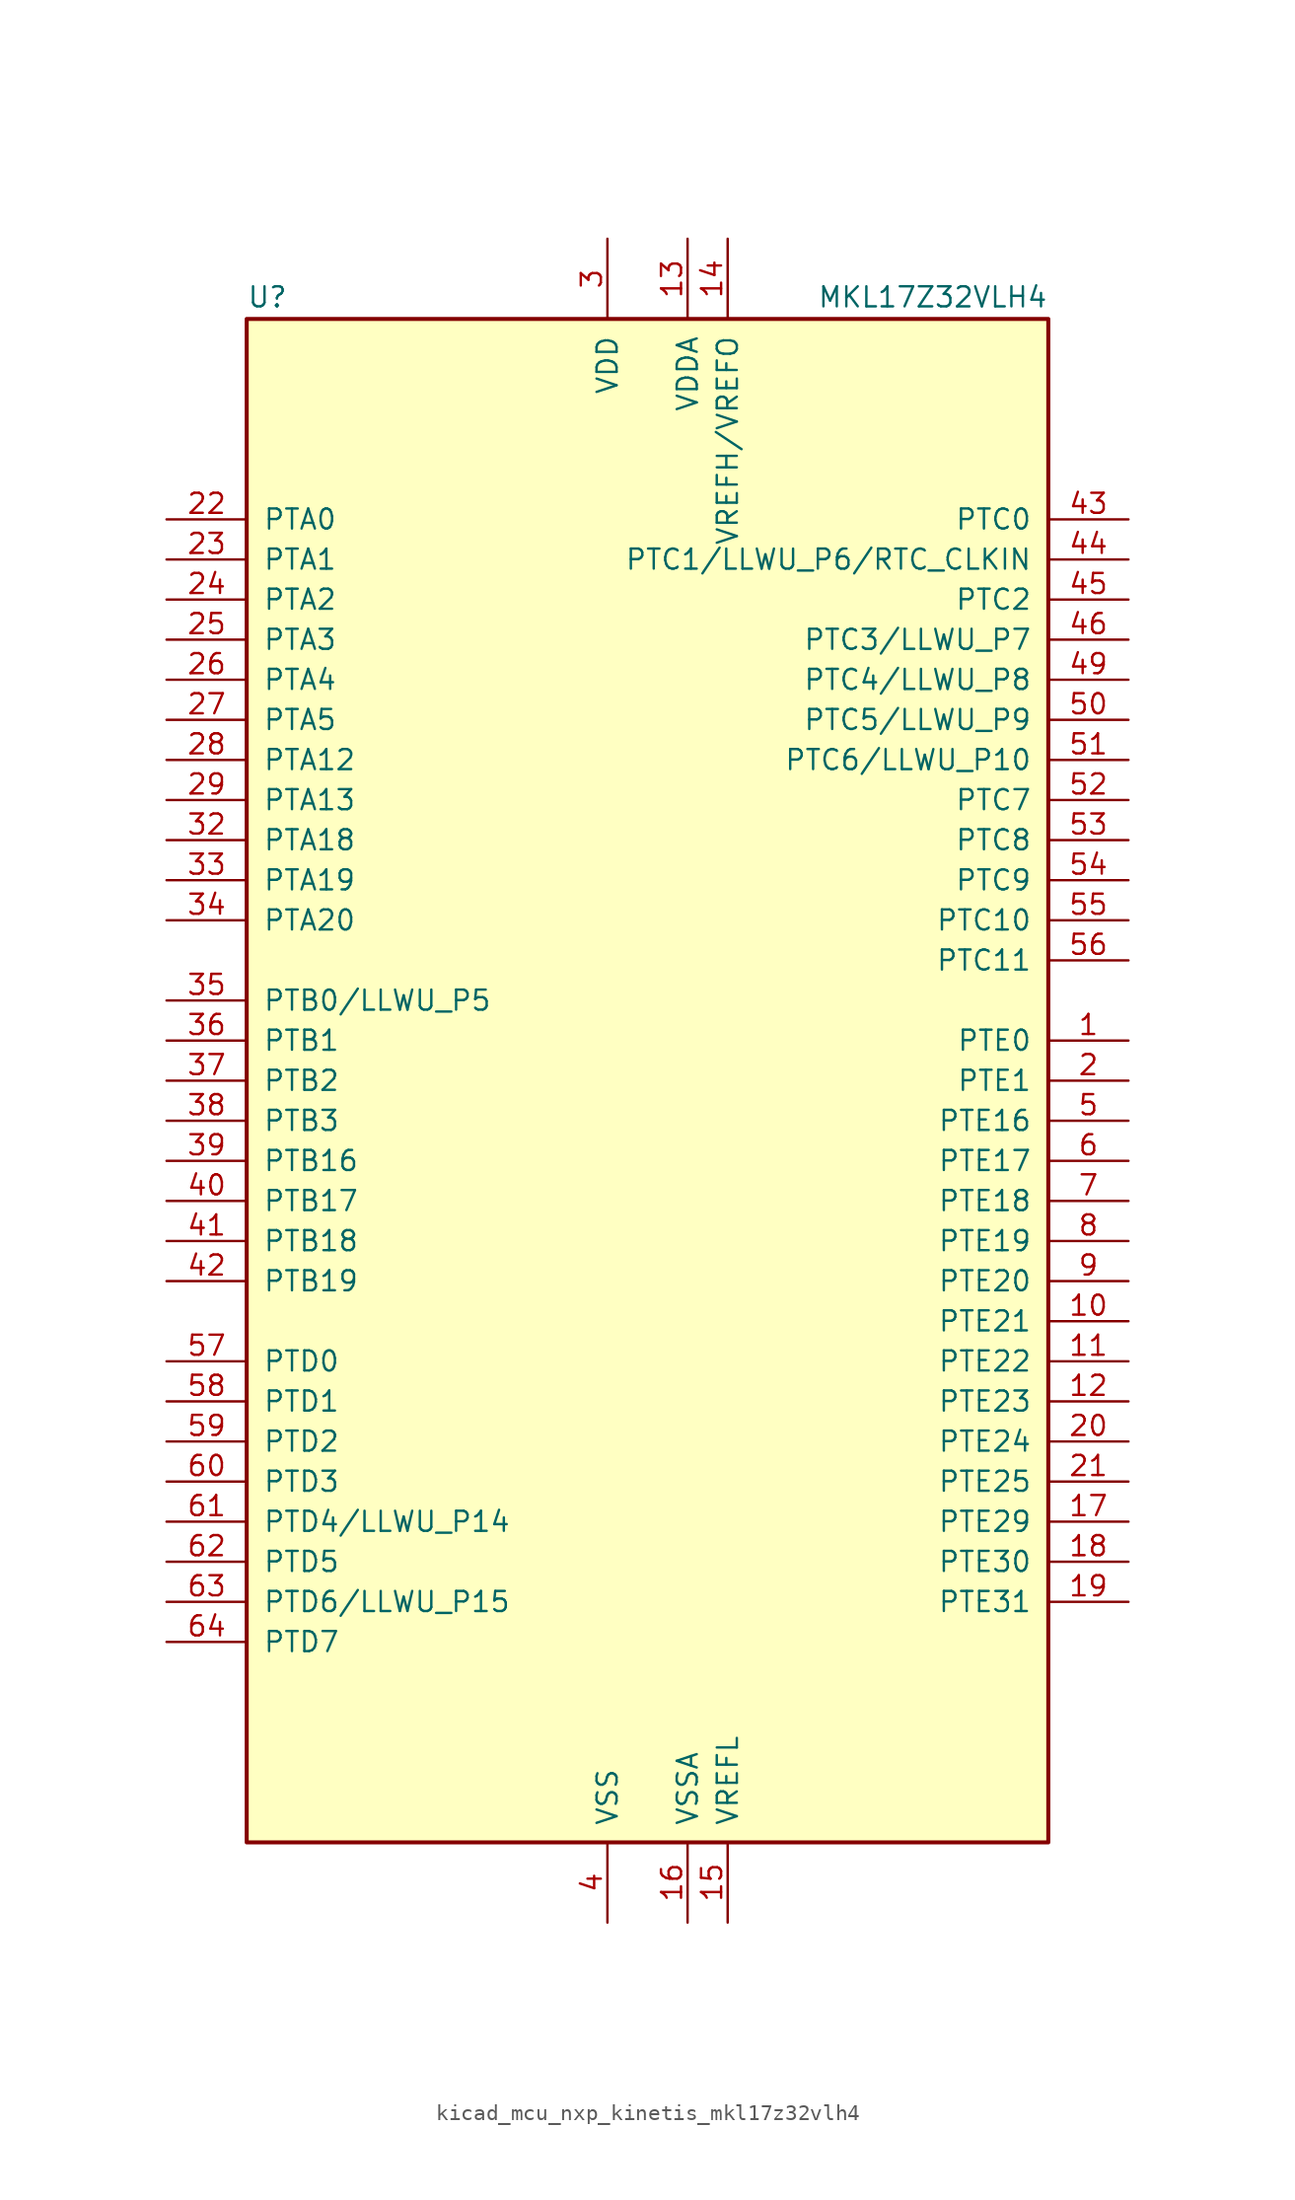
<source format=kicad_sym>
(kicad_symbol_lib
  (version 20220914)
  (generator kicad_symbol_editor)
  (symbol "kicad_mcu_nxp_kinetis_mkl17z32vlh4"
    (pin_names
      (offset 1.016))
    (property "Reference" "U"
      (at -25.4 48.895 0)
      (effects (font (size 1.27 1.27)) (justify left bottom)))
    (property "Value" "MKL17Z32VLH4"
      (at 25.4 48.895 0)
      (effects (font (size 1.27 1.27)) (justify right bottom)))
    (symbol "kicad_mcu_nxp_kinetis_mkl17z32vlh4_0_1"
      (rectangle (start -25.4 48.26) (end 25.4 -48.26) (stroke (width 0.254) (type default)) (fill (type background))))
    (symbol "kicad_mcu_nxp_kinetis_mkl17z32vlh4_1_1"
      (pin bidirectional line (at 30.48 2.54 180) (length 5.08) (name "PTE0" (effects (font (size 1.27 1.27)))) (number "1" (effects (font (size 1.27 1.27)))))
      (pin bidirectional line (at 30.48 -15.24 180) (length 5.08) (name "PTE21" (effects (font (size 1.27 1.27)))) (number "10" (effects (font (size 1.27 1.27)))))
      (pin bidirectional line (at 30.48 -17.78 180) (length 5.08) (name "PTE22" (effects (font (size 1.27 1.27)))) (number "11" (effects (font (size 1.27 1.27)))))
      (pin bidirectional line (at 30.48 -20.32 180) (length 5.08) (name "PTE23" (effects (font (size 1.27 1.27)))) (number "12" (effects (font (size 1.27 1.27)))))
      (pin power_in line (at 2.54 53.34 270) (length 5.08) (name "VDDA" (effects (font (size 1.27 1.27)))) (number "13" (effects (font (size 1.27 1.27)))))
      (pin power_in line (at 5.08 53.34 270) (length 5.08) (name "VREFH/VREFO" (effects (font (size 1.27 1.27)))) (number "14" (effects (font (size 1.27 1.27)))))
      (pin power_in line (at 5.08 -53.34 90) (length 5.08) (name "VREFL" (effects (font (size 1.27 1.27)))) (number "15" (effects (font (size 1.27 1.27)))))
      (pin power_in line (at 2.54 -53.34 90) (length 5.08) (name "VSSA" (effects (font (size 1.27 1.27)))) (number "16" (effects (font (size 1.27 1.27)))))
      (pin bidirectional line (at 30.48 -27.94 180) (length 5.08) (name "PTE29" (effects (font (size 1.27 1.27)))) (number "17" (effects (font (size 1.27 1.27)))))
      (pin bidirectional line (at 30.48 -30.48 180) (length 5.08) (name "PTE30" (effects (font (size 1.27 1.27)))) (number "18" (effects (font (size 1.27 1.27)))))
      (pin bidirectional line (at 30.48 -33.02 180) (length 5.08) (name "PTE31" (effects (font (size 1.27 1.27)))) (number "19" (effects (font (size 1.27 1.27)))))
      (pin bidirectional line (at 30.48 0 180) (length 5.08) (name "PTE1" (effects (font (size 1.27 1.27)))) (number "2" (effects (font (size 1.27 1.27)))))
      (pin bidirectional line (at 30.48 -22.86 180) (length 5.08) (name "PTE24" (effects (font (size 1.27 1.27)))) (number "20" (effects (font (size 1.27 1.27)))))
      (pin bidirectional line (at 30.48 -25.4 180) (length 5.08) (name "PTE25" (effects (font (size 1.27 1.27)))) (number "21" (effects (font (size 1.27 1.27)))))
      (pin bidirectional line (at -30.48 35.56 0) (length 5.08) (name "PTA0" (effects (font (size 1.27 1.27)))) (number "22" (effects (font (size 1.27 1.27)))))
      (pin bidirectional line (at -30.48 33.02 0) (length 5.08) (name "PTA1" (effects (font (size 1.27 1.27)))) (number "23" (effects (font (size 1.27 1.27)))))
      (pin bidirectional line (at -30.48 30.48 0) (length 5.08) (name "PTA2" (effects (font (size 1.27 1.27)))) (number "24" (effects (font (size 1.27 1.27)))))
      (pin bidirectional line (at -30.48 27.94 0) (length 5.08) (name "PTA3" (effects (font (size 1.27 1.27)))) (number "25" (effects (font (size 1.27 1.27)))))
      (pin bidirectional line (at -30.48 25.4 0) (length 5.08) (name "PTA4" (effects (font (size 1.27 1.27)))) (number "26" (effects (font (size 1.27 1.27)))))
      (pin bidirectional line (at -30.48 22.86 0) (length 5.08) (name "PTA5" (effects (font (size 1.27 1.27)))) (number "27" (effects (font (size 1.27 1.27)))))
      (pin bidirectional line (at -30.48 20.32 0) (length 5.08) (name "PTA12" (effects (font (size 1.27 1.27)))) (number "28" (effects (font (size 1.27 1.27)))))
      (pin bidirectional line (at -30.48 17.78 0) (length 5.08) (name "PTA13" (effects (font (size 1.27 1.27)))) (number "29" (effects (font (size 1.27 1.27)))))
      (pin power_in line (at -2.54 53.34 270) (length 5.08) (name "VDD" (effects (font (size 1.27 1.27)))) (number "3" (effects (font (size 1.27 1.27)))))
      (pin passive line (at -2.54 53.34 270) (length 5.08) hide (name "VDD" (effects (font (size 1.27 1.27)))) (number "30" (effects (font (size 1.27 1.27)))))
      (pin passive line (at -2.54 -53.34 90) (length 5.08) hide (name "VSS" (effects (font (size 1.27 1.27)))) (number "31" (effects (font (size 1.27 1.27)))))
      (pin bidirectional line (at -30.48 15.24 0) (length 5.08) (name "PTA18" (effects (font (size 1.27 1.27)))) (number "32" (effects (font (size 1.27 1.27)))))
      (pin bidirectional line (at -30.48 12.7 0) (length 5.08) (name "PTA19" (effects (font (size 1.27 1.27)))) (number "33" (effects (font (size 1.27 1.27)))))
      (pin bidirectional line (at -30.48 10.16 0) (length 5.08) (name "PTA20" (effects (font (size 1.27 1.27)))) (number "34" (effects (font (size 1.27 1.27)))))
      (pin bidirectional line (at -30.48 5.08 0) (length 5.08) (name "PTB0/LLWU_P5" (effects (font (size 1.27 1.27)))) (number "35" (effects (font (size 1.27 1.27)))))
      (pin bidirectional line (at -30.48 2.54 0) (length 5.08) (name "PTB1" (effects (font (size 1.27 1.27)))) (number "36" (effects (font (size 1.27 1.27)))))
      (pin bidirectional line (at -30.48 0 0) (length 5.08) (name "PTB2" (effects (font (size 1.27 1.27)))) (number "37" (effects (font (size 1.27 1.27)))))
      (pin bidirectional line (at -30.48 -2.54 0) (length 5.08) (name "PTB3" (effects (font (size 1.27 1.27)))) (number "38" (effects (font (size 1.27 1.27)))))
      (pin bidirectional line (at -30.48 -5.08 0) (length 5.08) (name "PTB16" (effects (font (size 1.27 1.27)))) (number "39" (effects (font (size 1.27 1.27)))))
      (pin power_in line (at -2.54 -53.34 90) (length 5.08) (name "VSS" (effects (font (size 1.27 1.27)))) (number "4" (effects (font (size 1.27 1.27)))))
      (pin bidirectional line (at -30.48 -7.62 0) (length 5.08) (name "PTB17" (effects (font (size 1.27 1.27)))) (number "40" (effects (font (size 1.27 1.27)))))
      (pin bidirectional line (at -30.48 -10.16 0) (length 5.08) (name "PTB18" (effects (font (size 1.27 1.27)))) (number "41" (effects (font (size 1.27 1.27)))))
      (pin bidirectional line (at -30.48 -12.7 0) (length 5.08) (name "PTB19" (effects (font (size 1.27 1.27)))) (number "42" (effects (font (size 1.27 1.27)))))
      (pin bidirectional line (at 30.48 35.56 180) (length 5.08) (name "PTC0" (effects (font (size 1.27 1.27)))) (number "43" (effects (font (size 1.27 1.27)))))
      (pin bidirectional line (at 30.48 33.02 180) (length 5.08) (name "PTC1/LLWU_P6/RTC_CLKIN" (effects (font (size 1.27 1.27)))) (number "44" (effects (font (size 1.27 1.27)))))
      (pin bidirectional line (at 30.48 30.48 180) (length 5.08) (name "PTC2" (effects (font (size 1.27 1.27)))) (number "45" (effects (font (size 1.27 1.27)))))
      (pin bidirectional line (at 30.48 27.94 180) (length 5.08) (name "PTC3/LLWU_P7" (effects (font (size 1.27 1.27)))) (number "46" (effects (font (size 1.27 1.27)))))
      (pin passive line (at -2.54 -53.34 90) (length 5.08) hide (name "VSS" (effects (font (size 1.27 1.27)))) (number "47" (effects (font (size 1.27 1.27)))))
      (pin passive line (at -2.54 53.34 270) (length 5.08) hide (name "VDD" (effects (font (size 1.27 1.27)))) (number "48" (effects (font (size 1.27 1.27)))))
      (pin bidirectional line (at 30.48 25.4 180) (length 5.08) (name "PTC4/LLWU_P8" (effects (font (size 1.27 1.27)))) (number "49" (effects (font (size 1.27 1.27)))))
      (pin bidirectional line (at 30.48 -2.54 180) (length 5.08) (name "PTE16" (effects (font (size 1.27 1.27)))) (number "5" (effects (font (size 1.27 1.27)))))
      (pin bidirectional line (at 30.48 22.86 180) (length 5.08) (name "PTC5/LLWU_P9" (effects (font (size 1.27 1.27)))) (number "50" (effects (font (size 1.27 1.27)))))
      (pin bidirectional line (at 30.48 20.32 180) (length 5.08) (name "PTC6/LLWU_P10" (effects (font (size 1.27 1.27)))) (number "51" (effects (font (size 1.27 1.27)))))
      (pin bidirectional line (at 30.48 17.78 180) (length 5.08) (name "PTC7" (effects (font (size 1.27 1.27)))) (number "52" (effects (font (size 1.27 1.27)))))
      (pin bidirectional line (at 30.48 15.24 180) (length 5.08) (name "PTC8" (effects (font (size 1.27 1.27)))) (number "53" (effects (font (size 1.27 1.27)))))
      (pin bidirectional line (at 30.48 12.7 180) (length 5.08) (name "PTC9" (effects (font (size 1.27 1.27)))) (number "54" (effects (font (size 1.27 1.27)))))
      (pin bidirectional line (at 30.48 10.16 180) (length 5.08) (name "PTC10" (effects (font (size 1.27 1.27)))) (number "55" (effects (font (size 1.27 1.27)))))
      (pin bidirectional line (at 30.48 7.62 180) (length 5.08) (name "PTC11" (effects (font (size 1.27 1.27)))) (number "56" (effects (font (size 1.27 1.27)))))
      (pin bidirectional line (at -30.48 -17.78 0) (length 5.08) (name "PTD0" (effects (font (size 1.27 1.27)))) (number "57" (effects (font (size 1.27 1.27)))))
      (pin bidirectional line (at -30.48 -20.32 0) (length 5.08) (name "PTD1" (effects (font (size 1.27 1.27)))) (number "58" (effects (font (size 1.27 1.27)))))
      (pin bidirectional line (at -30.48 -22.86 0) (length 5.08) (name "PTD2" (effects (font (size 1.27 1.27)))) (number "59" (effects (font (size 1.27 1.27)))))
      (pin bidirectional line (at 30.48 -5.08 180) (length 5.08) (name "PTE17" (effects (font (size 1.27 1.27)))) (number "6" (effects (font (size 1.27 1.27)))))
      (pin bidirectional line (at -30.48 -25.4 0) (length 5.08) (name "PTD3" (effects (font (size 1.27 1.27)))) (number "60" (effects (font (size 1.27 1.27)))))
      (pin bidirectional line (at -30.48 -27.94 0) (length 5.08) (name "PTD4/LLWU_P14" (effects (font (size 1.27 1.27)))) (number "61" (effects (font (size 1.27 1.27)))))
      (pin bidirectional line (at -30.48 -30.48 0) (length 5.08) (name "PTD5" (effects (font (size 1.27 1.27)))) (number "62" (effects (font (size 1.27 1.27)))))
      (pin bidirectional line (at -30.48 -33.02 0) (length 5.08) (name "PTD6/LLWU_P15" (effects (font (size 1.27 1.27)))) (number "63" (effects (font (size 1.27 1.27)))))
      (pin bidirectional line (at -30.48 -35.56 0) (length 5.08) (name "PTD7" (effects (font (size 1.27 1.27)))) (number "64" (effects (font (size 1.27 1.27)))))
      (pin bidirectional line (at 30.48 -7.62 180) (length 5.08) (name "PTE18" (effects (font (size 1.27 1.27)))) (number "7" (effects (font (size 1.27 1.27)))))
      (pin bidirectional line (at 30.48 -10.16 180) (length 5.08) (name "PTE19" (effects (font (size 1.27 1.27)))) (number "8" (effects (font (size 1.27 1.27)))))
      (pin bidirectional line (at 30.48 -12.7 180) (length 5.08) (name "PTE20" (effects (font (size 1.27 1.27)))) (number "9" (effects (font (size 1.27 1.27))))))))
</source>
